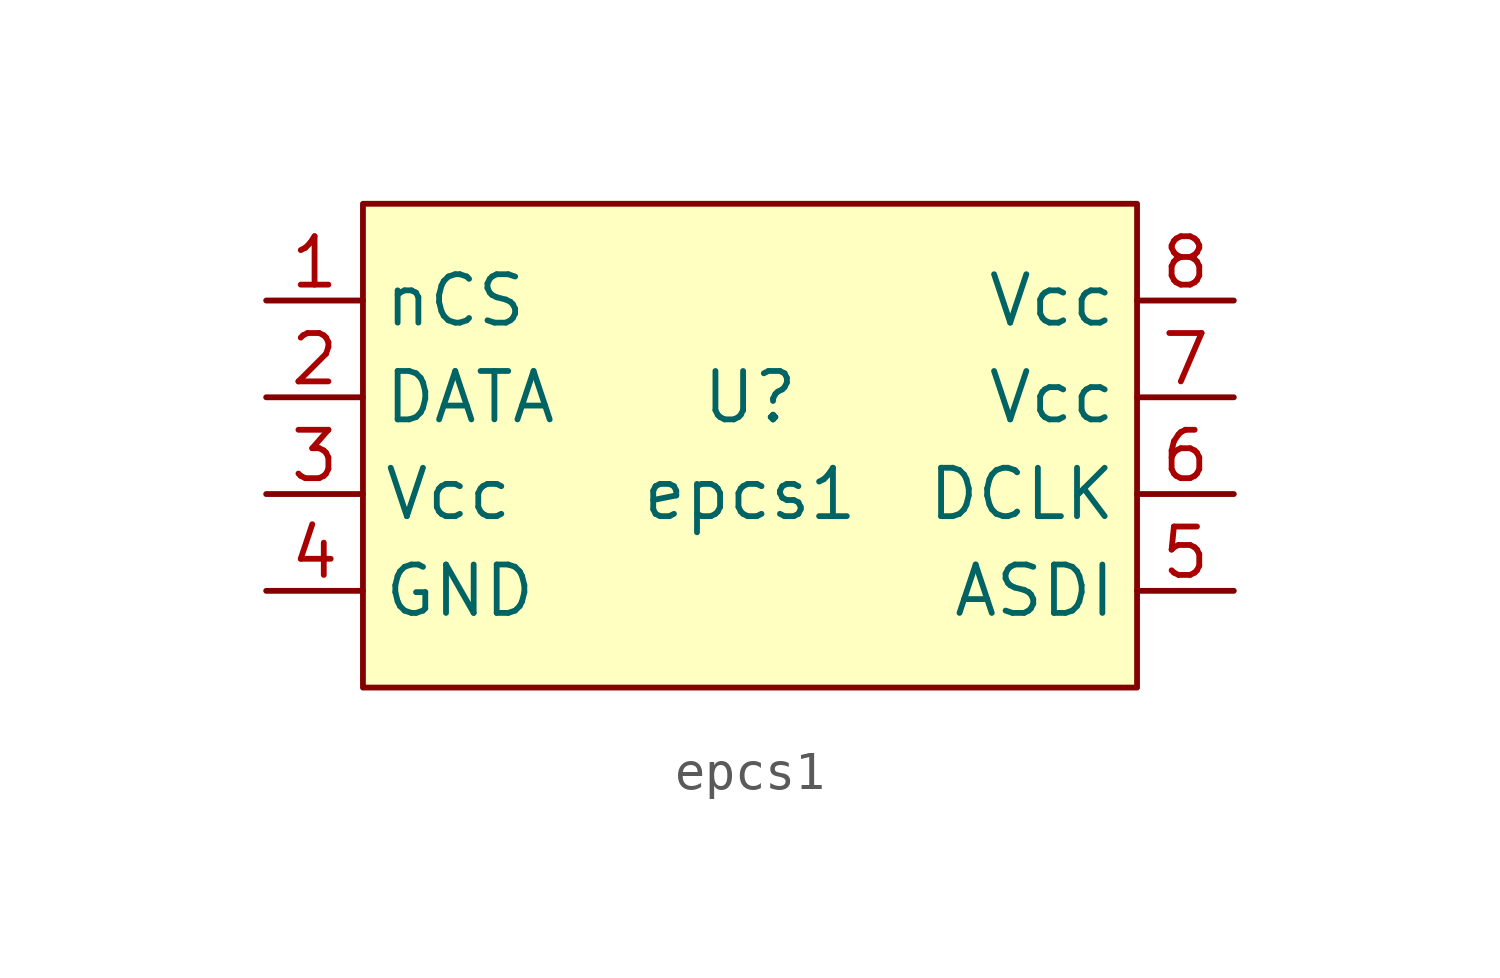
<source format=kicad_sym>
(kicad_symbol_lib
  (version 20211014)
  (generator kicad_symbol_editor)
  (symbol "epcs1"
    (property "Reference" "U"
      (at 0 1.27 0)
      (effects (font (size 1.27 1.27))))
    (property "Value" "epcs1"
      (at 0 -1.27 0)
      (effects (font (size 1.27 1.27))))
    (symbol "epcs1_0_1"
      (rectangle (start -10.16 6.35) (end 10.16 -6.35) (stroke (width 0.152) (type default) (color 0 0 0 0)) (fill (type background))))
    (symbol "epcs1_1_1"
      (pin input line (at -12.7 3.81 0) (length 2.54) (name "nCS" (effects (font (size 1.27 1.27)))) (number "1" (effects (font (size 1.27 1.27)))))
      (pin output line (at -12.7 1.27 0) (length 2.54) (name "DATA" (effects (font (size 1.27 1.27)))) (number "2" (effects (font (size 1.27 1.27)))))
      (pin power_in line (at -12.7 -1.27 0) (length 2.54) (name "Vcc" (effects (font (size 1.27 1.27)))) (number "3" (effects (font (size 1.27 1.27)))))
      (pin passive line (at -12.7 -3.81 0) (length 2.54) (name "GND" (effects (font (size 1.27 1.27)))) (number "4" (effects (font (size 1.27 1.27)))))
      (pin input line (at 12.7 -3.81 180) (length 2.54) (name "ASDI" (effects (font (size 1.27 1.27)))) (number "5" (effects (font (size 1.27 1.27)))))
      (pin input line (at 12.7 -1.27 180) (length 2.54) (name "DCLK" (effects (font (size 1.27 1.27)))) (number "6" (effects (font (size 1.27 1.27)))))
      (pin power_in line (at 12.7 1.27 180) (length 2.54) (name "Vcc" (effects (font (size 1.27 1.27)))) (number "7" (effects (font (size 1.27 1.27)))))
      (pin power_in line (at 12.7 3.81 180) (length 2.54) (name "Vcc" (effects (font (size 1.27 1.27)))) (number "8" (effects (font (size 1.27 1.27))))))))
</source>
